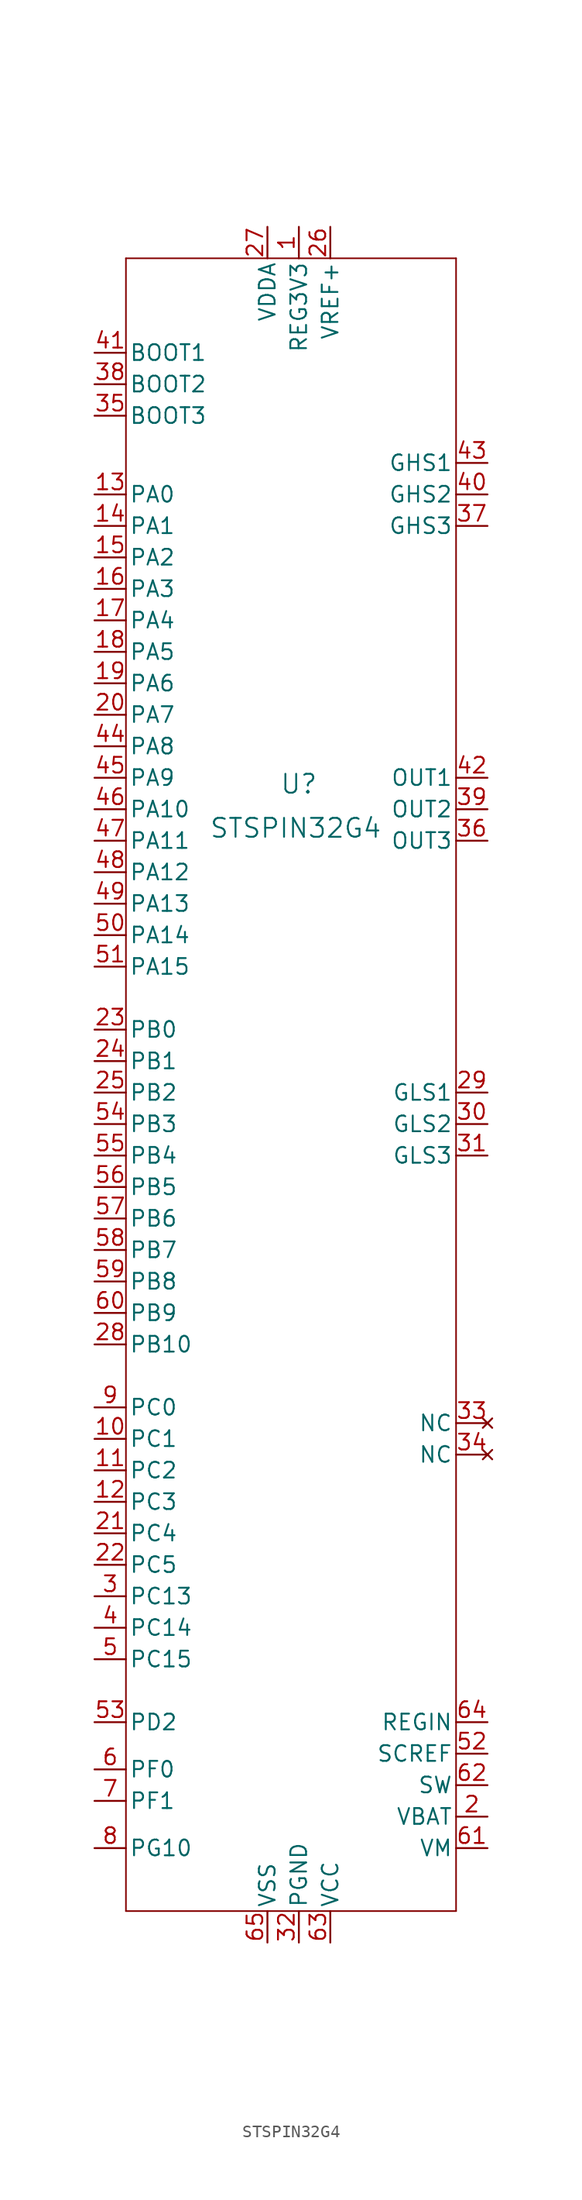
<source format=kicad_sym>
(kicad_symbol_lib
  (version 20241209)
  (generator "kicad_symbol_editor")
  (generator_version "9.0")
  (symbol "STSPIN32G4"
    (pin_names
      (offset 0.254))
    (property "Reference" "U"
      (at 0 2.032 0)
      (effects (font (size 1.524 1.524))))
    (property "Value" "STSPIN32G4"
      (at -0.254 -1.524 0)
      (effects (font (size 1.524 1.524))))
    (symbol "STSPIN32G4_1_1"
      (polyline (pts (xy -13.97 44.45) (xy -13.97 -88.9)) (stroke (width 0.127) (type default)) (fill (type none)))
      (polyline (pts (xy -13.97 -88.9) (xy 12.7 -88.9)) (stroke (width 0.127) (type default)) (fill (type none)))
      (polyline (pts (xy 12.7 44.45) (xy -13.97 44.45)) (stroke (width 0.127) (type default)) (fill (type none)))
      (polyline (pts (xy 12.7 -88.9) (xy 12.7 44.45)) (stroke (width 0.127) (type default)) (fill (type none)))
      (pin bidirectional line (at -16.51 36.83 0) (length 2.54) (name "BOOT1" (effects (font (size 1.27 1.27)))) (number "41" (effects (font (size 1.27 1.27)))))
      (pin bidirectional line (at -16.51 34.29 0) (length 2.54) (name "BOOT2" (effects (font (size 1.27 1.27)))) (number "38" (effects (font (size 1.27 1.27)))))
      (pin bidirectional line (at -16.51 31.75 0) (length 2.54) (name "BOOT3" (effects (font (size 1.27 1.27)))) (number "35" (effects (font (size 1.27 1.27)))))
      (pin bidirectional line (at -16.51 25.4 0) (length 2.54) (name "PA0" (effects (font (size 1.27 1.27)))) (number "13" (effects (font (size 1.27 1.27)))))
      (pin bidirectional line (at -16.51 22.86 0) (length 2.54) (name "PA1" (effects (font (size 1.27 1.27)))) (number "14" (effects (font (size 1.27 1.27)))))
      (pin bidirectional line (at -16.51 20.32 0) (length 2.54) (name "PA2" (effects (font (size 1.27 1.27)))) (number "15" (effects (font (size 1.27 1.27)))))
      (pin bidirectional line (at -16.51 17.78 0) (length 2.54) (name "PA3" (effects (font (size 1.27 1.27)))) (number "16" (effects (font (size 1.27 1.27)))))
      (pin bidirectional line (at -16.51 15.24 0) (length 2.54) (name "PA4" (effects (font (size 1.27 1.27)))) (number "17" (effects (font (size 1.27 1.27)))))
      (pin bidirectional line (at -16.51 12.7 0) (length 2.54) (name "PA5" (effects (font (size 1.27 1.27)))) (number "18" (effects (font (size 1.27 1.27)))))
      (pin bidirectional line (at -16.51 10.16 0) (length 2.54) (name "PA6" (effects (font (size 1.27 1.27)))) (number "19" (effects (font (size 1.27 1.27)))))
      (pin bidirectional line (at -16.51 7.62 0) (length 2.54) (name "PA7" (effects (font (size 1.27 1.27)))) (number "20" (effects (font (size 1.27 1.27)))))
      (pin bidirectional line (at -16.51 5.08 0) (length 2.54) (name "PA8" (effects (font (size 1.27 1.27)))) (number "44" (effects (font (size 1.27 1.27)))))
      (pin bidirectional line (at -16.51 2.54 0) (length 2.54) (name "PA9" (effects (font (size 1.27 1.27)))) (number "45" (effects (font (size 1.27 1.27)))))
      (pin bidirectional line (at -16.51 0 0) (length 2.54) (name "PA10" (effects (font (size 1.27 1.27)))) (number "46" (effects (font (size 1.27 1.27)))))
      (pin bidirectional line (at -16.51 -2.54 0) (length 2.54) (name "PA11" (effects (font (size 1.27 1.27)))) (number "47" (effects (font (size 1.27 1.27)))))
      (pin bidirectional line (at -16.51 -5.08 0) (length 2.54) (name "PA12" (effects (font (size 1.27 1.27)))) (number "48" (effects (font (size 1.27 1.27)))))
      (pin bidirectional line (at -16.51 -7.62 0) (length 2.54) (name "PA13" (effects (font (size 1.27 1.27)))) (number "49" (effects (font (size 1.27 1.27)))))
      (pin bidirectional line (at -16.51 -10.16 0) (length 2.54) (name "PA14" (effects (font (size 1.27 1.27)))) (number "50" (effects (font (size 1.27 1.27)))))
      (pin bidirectional line (at -16.51 -12.7 0) (length 2.54) (name "PA15" (effects (font (size 1.27 1.27)))) (number "51" (effects (font (size 1.27 1.27)))))
      (pin bidirectional line (at -16.51 -17.78 0) (length 2.54) (name "PB0" (effects (font (size 1.27 1.27)))) (number "23" (effects (font (size 1.27 1.27)))))
      (pin bidirectional line (at -16.51 -20.32 0) (length 2.54) (name "PB1" (effects (font (size 1.27 1.27)))) (number "24" (effects (font (size 1.27 1.27)))))
      (pin bidirectional line (at -16.51 -22.86 0) (length 2.54) (name "PB2" (effects (font (size 1.27 1.27)))) (number "25" (effects (font (size 1.27 1.27)))))
      (pin bidirectional line (at -16.51 -25.4 0) (length 2.54) (name "PB3" (effects (font (size 1.27 1.27)))) (number "54" (effects (font (size 1.27 1.27)))))
      (pin bidirectional line (at -16.51 -27.94 0) (length 2.54) (name "PB4" (effects (font (size 1.27 1.27)))) (number "55" (effects (font (size 1.27 1.27)))))
      (pin bidirectional line (at -16.51 -30.48 0) (length 2.54) (name "PB5" (effects (font (size 1.27 1.27)))) (number "56" (effects (font (size 1.27 1.27)))))
      (pin bidirectional line (at -16.51 -33.02 0) (length 2.54) (name "PB6" (effects (font (size 1.27 1.27)))) (number "57" (effects (font (size 1.27 1.27)))))
      (pin bidirectional line (at -16.51 -35.56 0) (length 2.54) (name "PB7" (effects (font (size 1.27 1.27)))) (number "58" (effects (font (size 1.27 1.27)))))
      (pin bidirectional line (at -16.51 -38.1 0) (length 2.54) (name "PB8" (effects (font (size 1.27 1.27)))) (number "59" (effects (font (size 1.27 1.27)))))
      (pin bidirectional line (at -16.51 -40.64 0) (length 2.54) (name "PB9" (effects (font (size 1.27 1.27)))) (number "60" (effects (font (size 1.27 1.27)))))
      (pin bidirectional line (at -16.51 -43.18 0) (length 2.54) (name "PB10" (effects (font (size 1.27 1.27)))) (number "28" (effects (font (size 1.27 1.27)))))
      (pin bidirectional line (at -16.51 -48.26 0) (length 2.54) (name "PC0" (effects (font (size 1.27 1.27)))) (number "9" (effects (font (size 1.27 1.27)))))
      (pin bidirectional line (at -16.51 -50.8 0) (length 2.54) (name "PC1" (effects (font (size 1.27 1.27)))) (number "10" (effects (font (size 1.27 1.27)))))
      (pin bidirectional line (at -16.51 -53.34 0) (length 2.54) (name "PC2" (effects (font (size 1.27 1.27)))) (number "11" (effects (font (size 1.27 1.27)))))
      (pin bidirectional line (at -16.51 -55.88 0) (length 2.54) (name "PC3" (effects (font (size 1.27 1.27)))) (number "12" (effects (font (size 1.27 1.27)))))
      (pin bidirectional line (at -16.51 -58.42 0) (length 2.54) (name "PC4" (effects (font (size 1.27 1.27)))) (number "21" (effects (font (size 1.27 1.27)))))
      (pin bidirectional line (at -16.51 -60.96 0) (length 2.54) (name "PC5" (effects (font (size 1.27 1.27)))) (number "22" (effects (font (size 1.27 1.27)))))
      (pin bidirectional line (at -16.51 -63.5 0) (length 2.54) (name "PC13" (effects (font (size 1.27 1.27)))) (number "3" (effects (font (size 1.27 1.27)))))
      (pin bidirectional line (at -16.51 -66.04 0) (length 2.54) (name "PC14" (effects (font (size 1.27 1.27)))) (number "4" (effects (font (size 1.27 1.27)))))
      (pin bidirectional line (at -16.51 -68.58 0) (length 2.54) (name "PC15" (effects (font (size 1.27 1.27)))) (number "5" (effects (font (size 1.27 1.27)))))
      (pin bidirectional line (at -16.51 -73.66 0) (length 2.54) (name "PD2" (effects (font (size 1.27 1.27)))) (number "53" (effects (font (size 1.27 1.27)))))
      (pin bidirectional line (at -16.51 -77.47 0) (length 2.54) (name "PF0" (effects (font (size 1.27 1.27)))) (number "6" (effects (font (size 1.27 1.27)))))
      (pin bidirectional line (at -16.51 -80.01 0) (length 2.54) (name "PF1" (effects (font (size 1.27 1.27)))) (number "7" (effects (font (size 1.27 1.27)))))
      (pin unspecified line (at -16.51 -83.82 0) (length 2.54) (name "PG10" (effects (font (size 1.27 1.27)))) (number "8" (effects (font (size 1.27 1.27)))))
      (pin power_in line (at -2.54 46.99 270) (length 2.54) (name "VDDA" (effects (font (size 1.27 1.27)))) (number "27" (effects (font (size 1.27 1.27)))))
      (pin power_in line (at -2.54 -91.44 90) (length 2.54) (name "VSS" (effects (font (size 1.27 1.27)))) (number "65" (effects (font (size 1.27 1.27)))))
      (pin power_in line (at 0 46.99 270) (length 2.54) (name "REG3V3" (effects (font (size 1.27 1.27)))) (number "1" (effects (font (size 1.27 1.27)))))
      (pin power_in line (at 0 -91.44 90) (length 2.54) (name "PGND" (effects (font (size 1.27 1.27)))) (number "32" (effects (font (size 1.27 1.27)))))
      (pin power_in line (at 2.54 46.99 270) (length 2.54) (name "VREF+" (effects (font (size 1.27 1.27)))) (number "26" (effects (font (size 1.27 1.27)))))
      (pin power_in line (at 2.54 -91.44 90) (length 2.54) (name "VCC" (effects (font (size 1.27 1.27)))) (number "63" (effects (font (size 1.27 1.27)))))
      (pin bidirectional line (at 15.24 27.94 180) (length 2.54) (name "GHS1" (effects (font (size 1.27 1.27)))) (number "43" (effects (font (size 1.27 1.27)))))
      (pin bidirectional line (at 15.24 25.4 180) (length 2.54) (name "GHS2" (effects (font (size 1.27 1.27)))) (number "40" (effects (font (size 1.27 1.27)))))
      (pin bidirectional line (at 15.24 22.86 180) (length 2.54) (name "GHS3" (effects (font (size 1.27 1.27)))) (number "37" (effects (font (size 1.27 1.27)))))
      (pin output line (at 15.24 2.54 180) (length 2.54) (name "OUT1" (effects (font (size 1.27 1.27)))) (number "42" (effects (font (size 1.27 1.27)))))
      (pin output line (at 15.24 0 180) (length 2.54) (name "OUT2" (effects (font (size 1.27 1.27)))) (number "39" (effects (font (size 1.27 1.27)))))
      (pin output line (at 15.24 -2.54 180) (length 2.54) (name "OUT3" (effects (font (size 1.27 1.27)))) (number "36" (effects (font (size 1.27 1.27)))))
      (pin bidirectional line (at 15.24 -22.86 180) (length 2.54) (name "GLS1" (effects (font (size 1.27 1.27)))) (number "29" (effects (font (size 1.27 1.27)))))
      (pin bidirectional line (at 15.24 -25.4 180) (length 2.54) (name "GLS2" (effects (font (size 1.27 1.27)))) (number "30" (effects (font (size 1.27 1.27)))))
      (pin bidirectional line (at 15.24 -27.94 180) (length 2.54) (name "GLS3" (effects (font (size 1.27 1.27)))) (number "31" (effects (font (size 1.27 1.27)))))
      (pin no_connect line (at 15.24 -49.53 180) (length 2.54) (name "NC" (effects (font (size 1.27 1.27)))) (number "33" (effects (font (size 1.27 1.27)))))
      (pin no_connect line (at 15.24 -52.07 180) (length 2.54) (name "NC" (effects (font (size 1.27 1.27)))) (number "34" (effects (font (size 1.27 1.27)))))
      (pin unspecified line (at 15.24 -73.66 180) (length 2.54) (name "REGIN" (effects (font (size 1.27 1.27)))) (number "64" (effects (font (size 1.27 1.27)))))
      (pin unspecified line (at 15.24 -76.2 180) (length 2.54) (name "SCREF" (effects (font (size 1.27 1.27)))) (number "52" (effects (font (size 1.27 1.27)))))
      (pin unspecified line (at 15.24 -78.74 180) (length 2.54) (name "SW" (effects (font (size 1.27 1.27)))) (number "62" (effects (font (size 1.27 1.27)))))
      (pin unspecified line (at 15.24 -81.28 180) (length 2.54) (name "VBAT" (effects (font (size 1.27 1.27)))) (number "2" (effects (font (size 1.27 1.27)))))
      (pin unspecified line (at 15.24 -83.82 180) (length 2.54) (name "VM" (effects (font (size 1.27 1.27)))) (number "61" (effects (font (size 1.27 1.27))))))))
</source>
